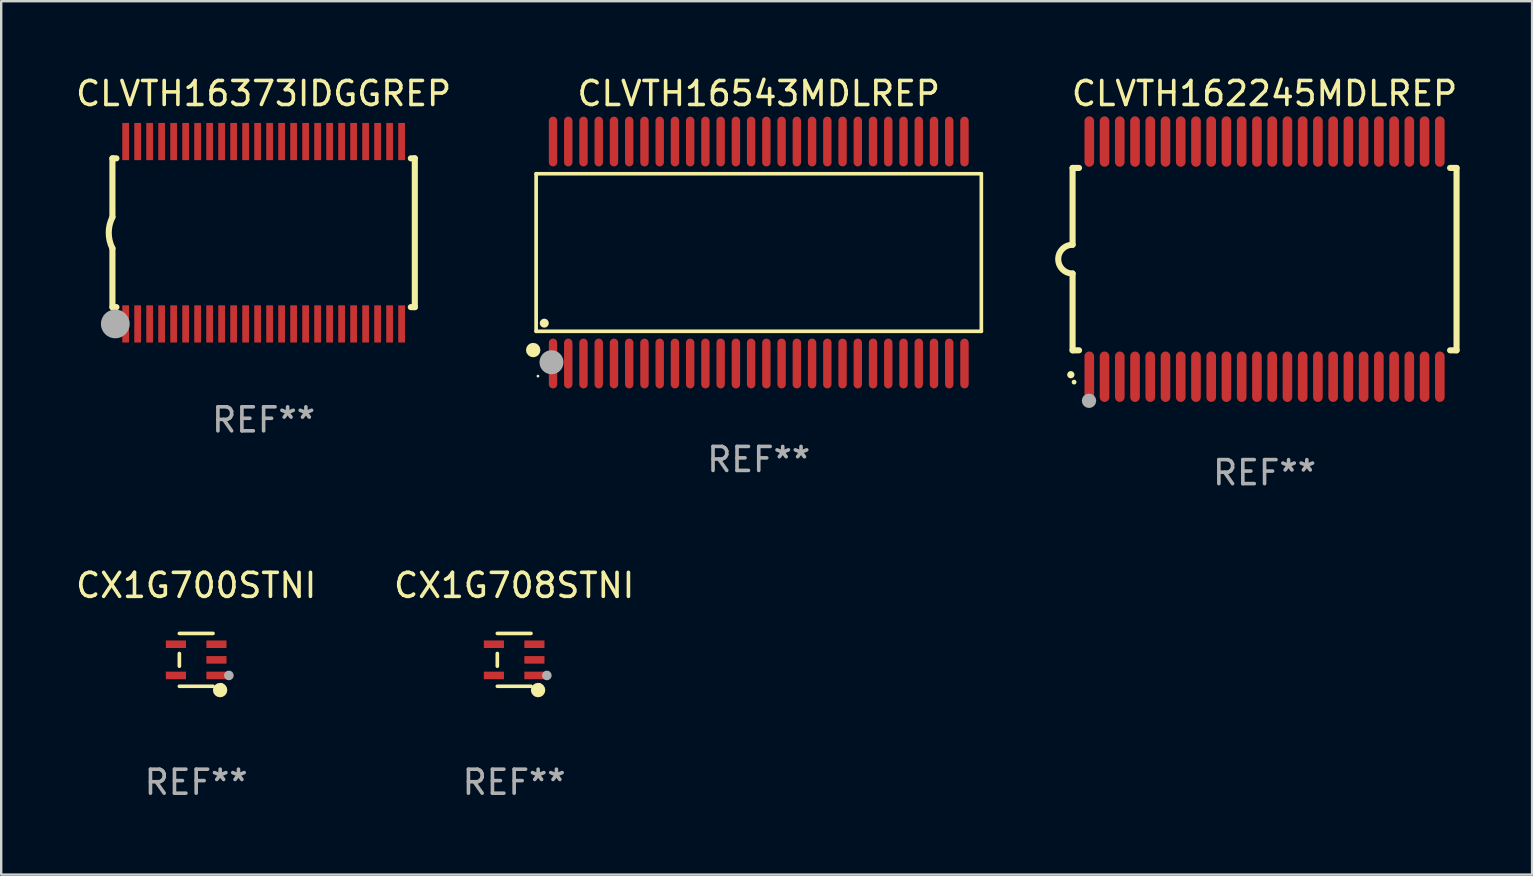
<source format=kicad_pcb>
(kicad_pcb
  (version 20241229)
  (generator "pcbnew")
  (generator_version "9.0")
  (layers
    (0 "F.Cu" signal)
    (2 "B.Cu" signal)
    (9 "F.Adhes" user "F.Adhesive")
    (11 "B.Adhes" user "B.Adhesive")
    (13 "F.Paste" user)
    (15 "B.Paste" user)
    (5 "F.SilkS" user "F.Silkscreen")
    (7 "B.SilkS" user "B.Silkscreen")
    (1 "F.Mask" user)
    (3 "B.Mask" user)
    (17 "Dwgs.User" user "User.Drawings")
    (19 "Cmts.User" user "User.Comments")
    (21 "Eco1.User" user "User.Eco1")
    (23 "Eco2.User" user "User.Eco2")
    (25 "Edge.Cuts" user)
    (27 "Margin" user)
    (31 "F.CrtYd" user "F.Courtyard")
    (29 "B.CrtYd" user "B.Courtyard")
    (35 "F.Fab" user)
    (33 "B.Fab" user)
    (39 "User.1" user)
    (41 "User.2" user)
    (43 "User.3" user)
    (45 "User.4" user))
  (footprint "CLVTH16543MDLREP"
    (layer "F.Cu")
    (at 28.567 7.473)
    (property "Reference" "CLVTH16543MDLREP" (at 0 -6.625 0) (layer "F.SilkS") (effects (font (size 1 1) (thickness 0.15))))
    (attr through_hole)
    (fp_line (start -9.276 -3.283) (end 9.276 -3.283) (stroke (width 0.152) (type solid)) (layer "F.SilkS"))
    (fp_line (start -9.276 3.283) (end -9.276 -3.283) (stroke (width 0.152) (type solid)) (layer "F.SilkS"))
    (fp_line (start 9.276 -3.283) (end 9.276 3.283) (stroke (width 0.152) (type solid)) (layer "F.SilkS"))
    (fp_line (start 9.276 3.283) (end -9.276 3.283) (stroke (width 0.152) (type solid)) (layer "F.SilkS"))
    (fp_circle (center -9.398 4.064) (end -9.248 4.064) (stroke (width 0.3) (type solid)) (fill no) (layer "F.SilkS"))
    (fp_circle (center -9.2 5.15) (end -9.17 5.15) (stroke (width 0.06) (type solid)) (fill no) (layer "F.SilkS"))
    (fp_circle (center -8.936 2.943) (end -8.842 2.943) (stroke (width 0.188) (type solid)) (fill no) (layer "F.SilkS"))
    (fp_circle (center -8.636 4.572) (end -8.386 4.572) (stroke (width 0.5) (type solid)) (fill no) (layer "F.Fab"))
    (fp_text user "REF**" (at 0 8.625 0) (layer "F.Fab") (effects (font (size 1 1) (thickness 0.15))))
    (pad "1" smd oval (at -8.572 4.625 90) (size 2.075 0.35) (layers "F.Cu" "F.Mask" "F.Paste"))
    (pad "2" smd oval (at -7.937 4.625 90) (size 2.075 0.35) (layers "F.Cu" "F.Mask" "F.Paste"))
    (pad "3" smd oval (at -7.302 4.625 90) (size 2.075 0.35) (layers "F.Cu" "F.Mask" "F.Paste"))
    (pad "4" smd oval (at -6.667 4.625 90) (size 2.075 0.35) (layers "F.Cu" "F.Mask" "F.Paste"))
    (pad "5" smd oval (at -6.032 4.625 90) (size 2.075 0.35) (layers "F.Cu" "F.Mask" "F.Paste"))
    (pad "6" smd oval (at -5.397 4.625 90) (size 2.075 0.35) (layers "F.Cu" "F.Mask" "F.Paste"))
    (pad "7" smd oval (at -4.762 4.625 90) (size 2.075 0.35) (layers "F.Cu" "F.Mask" "F.Paste"))
    (pad "8" smd oval (at -4.127 4.625 90) (size 2.075 0.35) (layers "F.Cu" "F.Mask" "F.Paste"))
    (pad "9" smd oval (at -3.492 4.625 90) (size 2.075 0.35) (layers "F.Cu" "F.Mask" "F.Paste"))
    (pad "10" smd oval (at -2.857 4.625 90) (size 2.075 0.35) (layers "F.Cu" "F.Mask" "F.Paste"))
    (pad "11" smd oval (at -2.222 4.625 90) (size 2.075 0.35) (layers "F.Cu" "F.Mask" "F.Paste"))
    (pad "12" smd oval (at -1.587 4.625 90) (size 2.075 0.35) (layers "F.Cu" "F.Mask" "F.Paste"))
    (pad "13" smd oval (at -0.952 4.625 90) (size 2.075 0.35) (layers "F.Cu" "F.Mask" "F.Paste"))
    (pad "14" smd oval (at -0.317 4.625 90) (size 2.075 0.35) (layers "F.Cu" "F.Mask" "F.Paste"))
    (pad "15" smd oval (at 0.318 4.625 90) (size 2.075 0.35) (layers "F.Cu" "F.Mask" "F.Paste"))
    (pad "16" smd oval (at 0.953 4.625 90) (size 2.075 0.35) (layers "F.Cu" "F.Mask" "F.Paste"))
    (pad "17" smd oval (at 1.588 4.625 90) (size 2.075 0.35) (layers "F.Cu" "F.Mask" "F.Paste"))
    (pad "18" smd oval (at 2.223 4.625 90) (size 2.075 0.35) (layers "F.Cu" "F.Mask" "F.Paste"))
    (pad "19" smd oval (at 2.858 4.625 90) (size 2.075 0.35) (layers "F.Cu" "F.Mask" "F.Paste"))
    (pad "20" smd oval (at 3.493 4.625 90) (size 2.075 0.35) (layers "F.Cu" "F.Mask" "F.Paste"))
    (pad "21" smd oval (at 4.128 4.625 90) (size 2.075 0.35) (layers "F.Cu" "F.Mask" "F.Paste"))
    (pad "22" smd oval (at 4.763 4.625 90) (size 2.075 0.35) (layers "F.Cu" "F.Mask" "F.Paste"))
    (pad "23" smd oval (at 5.398 4.625 90) (size 2.075 0.35) (layers "F.Cu" "F.Mask" "F.Paste"))
    (pad "24" smd oval (at 6.033 4.625 90) (size 2.075 0.35) (layers "F.Cu" "F.Mask" "F.Paste"))
    (pad "25" smd oval (at 6.668 4.625 90) (size 2.075 0.35) (layers "F.Cu" "F.Mask" "F.Paste"))
    (pad "26" smd oval (at 7.303 4.625 90) (size 2.075 0.35) (layers "F.Cu" "F.Mask" "F.Paste"))
    (pad "27" smd oval (at 7.938 4.625 90) (size 2.075 0.35) (layers "F.Cu" "F.Mask" "F.Paste"))
    (pad "28" smd oval (at 8.573 4.625 90) (size 2.075 0.35) (layers "F.Cu" "F.Mask" "F.Paste"))
    (pad "29" smd oval (at 8.573 -4.625 90) (size 2.075 0.35) (layers "F.Cu" "F.Mask" "F.Paste"))
    (pad "30" smd oval (at 7.938 -4.625 90) (size 2.075 0.35) (layers "F.Cu" "F.Mask" "F.Paste"))
    (pad "31" smd oval (at 7.303 -4.625 90) (size 2.075 0.35) (layers "F.Cu" "F.Mask" "F.Paste"))
    (pad "32" smd oval (at 6.668 -4.625 90) (size 2.075 0.35) (layers "F.Cu" "F.Mask" "F.Paste"))
    (pad "33" smd oval (at 6.033 -4.625 90) (size 2.075 0.35) (layers "F.Cu" "F.Mask" "F.Paste"))
    (pad "34" smd oval (at 5.398 -4.625 90) (size 2.075 0.35) (layers "F.Cu" "F.Mask" "F.Paste"))
    (pad "35" smd oval (at 4.763 -4.625 90) (size 2.075 0.35) (layers "F.Cu" "F.Mask" "F.Paste"))
    (pad "36" smd oval (at 4.128 -4.625 90) (size 2.075 0.35) (layers "F.Cu" "F.Mask" "F.Paste"))
    (pad "37" smd oval (at 3.493 -4.625 90) (size 2.075 0.35) (layers "F.Cu" "F.Mask" "F.Paste"))
    (pad "38" smd oval (at 2.858 -4.625 90) (size 2.075 0.35) (layers "F.Cu" "F.Mask" "F.Paste"))
    (pad "39" smd oval (at 2.223 -4.625 90) (size 2.075 0.35) (layers "F.Cu" "F.Mask" "F.Paste"))
    (pad "40" smd oval (at 1.588 -4.625 90) (size 2.075 0.35) (layers "F.Cu" "F.Mask" "F.Paste"))
    (pad "41" smd oval (at 0.953 -4.625 90) (size 2.075 0.35) (layers "F.Cu" "F.Mask" "F.Paste"))
    (pad "42" smd oval (at 0.318 -4.625 90) (size 2.075 0.35) (layers "F.Cu" "F.Mask" "F.Paste"))
    (pad "43" smd oval (at -0.317 -4.625 90) (size 2.075 0.35) (layers "F.Cu" "F.Mask" "F.Paste"))
    (pad "44" smd oval (at -0.952 -4.625 90) (size 2.075 0.35) (layers "F.Cu" "F.Mask" "F.Paste"))
    (pad "45" smd oval (at -1.587 -4.625 90) (size 2.075 0.35) (layers "F.Cu" "F.Mask" "F.Paste"))
    (pad "46" smd oval (at -2.222 -4.625 90) (size 2.075 0.35) (layers "F.Cu" "F.Mask" "F.Paste"))
    (pad "47" smd oval (at -2.857 -4.625 90) (size 2.075 0.35) (layers "F.Cu" "F.Mask" "F.Paste"))
    (pad "48" smd oval (at -3.492 -4.625 90) (size 2.075 0.35) (layers "F.Cu" "F.Mask" "F.Paste"))
    (pad "49" smd oval (at -4.127 -4.625 90) (size 2.075 0.35) (layers "F.Cu" "F.Mask" "F.Paste"))
    (pad "50" smd oval (at -4.762 -4.625 90) (size 2.075 0.35) (layers "F.Cu" "F.Mask" "F.Paste"))
    (pad "51" smd oval (at -5.397 -4.625 90) (size 2.075 0.35) (layers "F.Cu" "F.Mask" "F.Paste"))
    (pad "52" smd oval (at -6.032 -4.625 90) (size 2.075 0.35) (layers "F.Cu" "F.Mask" "F.Paste"))
    (pad "53" smd oval (at -6.667 -4.625 90) (size 2.075 0.35) (layers "F.Cu" "F.Mask" "F.Paste"))
    (pad "54" smd oval (at -7.302 -4.625 90) (size 2.075 0.35) (layers "F.Cu" "F.Mask" "F.Paste"))
    (pad "55" smd oval (at -7.937 -4.625 90) (size 2.075 0.35) (layers "F.Cu" "F.Mask" "F.Paste"))
    (pad "56" smd oval (at -8.572 -4.625 90) (size 2.075 0.35) (layers "F.Cu" "F.Mask" "F.Paste")))
  (footprint "CX1G700STNI"
    (layer "F.Cu")
    (at 5.125 24.446)
    (property "Reference" "CX1G700STNI" (at 0 -3.101 0) (layer "F.SilkS") (effects (font (size 1 1) (thickness 0.15))))
    (attr through_hole)
    (fp_line (start -0.701 -0.264) (end -0.701 0.264) (stroke (width 0.152) (type solid)) (layer "F.SilkS"))
    (fp_line (start 0.701 -1.101) (end -0.701 -1.101) (stroke (width 0.152) (type solid)) (layer "F.SilkS"))
    (fp_line (start 0.701 1.101) (end -0.701 1.101) (stroke (width 0.152) (type solid)) (layer "F.SilkS"))
    (fp_circle (center 0.997 1.26) (end 1.147 1.26) (stroke (width 0.3) (type solid)) (fill no) (layer "F.SilkS"))
    (fp_circle (center 1.063 1.025) (end 1.093 1.025) (stroke (width 0.06) (type solid)) (fill no) (layer "F.SilkS"))
    (fp_circle (center 1.362 0.65) (end 1.463 0.65) (stroke (width 0.2) (type solid)) (fill no) (layer "F.Fab"))
    (fp_text user "REF**" (at 0 5.101 0) (layer "F.Fab") (effects (font (size 1 1) (thickness 0.15))))
    (pad "1" smd rect (at 0.844 0.65) (size 0.839 0.315) (layers "F.Cu" "F.Mask" "F.Paste"))
    (pad "2" smd rect (at 0.844 0) (size 0.839 0.315) (layers "F.Cu" "F.Mask" "F.Paste"))
    (pad "3" smd rect (at 0.844 -0.65) (size 0.839 0.315) (layers "F.Cu" "F.Mask" "F.Paste"))
    (pad "4" smd rect (at -0.844 -0.65) (size 0.839 0.315) (layers "F.Cu" "F.Mask" "F.Paste"))
    (pad "5" smd rect (at -0.844 0.65) (size 0.839 0.315) (layers "F.Cu" "F.Mask" "F.Paste")))
  (footprint "CX1G708STNI"
    (layer "F.Cu")
    (at 18.375 24.446)
    (property "Reference" "CX1G708STNI" (at 0 -3.101 0) (layer "F.SilkS") (effects (font (size 1 1) (thickness 0.15))))
    (attr through_hole)
    (fp_line (start -0.701 -0.264) (end -0.701 0.264) (stroke (width 0.152) (type solid)) (layer "F.SilkS"))
    (fp_line (start 0.701 -1.101) (end -0.701 -1.101) (stroke (width 0.152) (type solid)) (layer "F.SilkS"))
    (fp_line (start 0.701 1.101) (end -0.701 1.101) (stroke (width 0.152) (type solid)) (layer "F.SilkS"))
    (fp_circle (center 0.997 1.26) (end 1.147 1.26) (stroke (width 0.3) (type solid)) (fill no) (layer "F.SilkS"))
    (fp_circle (center 1.063 1.025) (end 1.093 1.025) (stroke (width 0.06) (type solid)) (fill no) (layer "F.SilkS"))
    (fp_circle (center 1.362 0.65) (end 1.463 0.65) (stroke (width 0.2) (type solid)) (fill no) (layer "F.Fab"))
    (fp_text user "REF**" (at 0 5.101 0) (layer "F.Fab") (effects (font (size 1 1) (thickness 0.15))))
    (pad "1" smd rect (at 0.844 0.65) (size 0.839 0.315) (layers "F.Cu" "F.Mask" "F.Paste"))
    (pad "2" smd rect (at 0.844 0) (size 0.839 0.315) (layers "F.Cu" "F.Mask" "F.Paste"))
    (pad "3" smd rect (at 0.844 -0.65) (size 0.839 0.315) (layers "F.Cu" "F.Mask" "F.Paste"))
    (pad "4" smd rect (at -0.844 -0.65) (size 0.839 0.315) (layers "F.Cu" "F.Mask" "F.Paste"))
    (pad "5" smd rect (at -0.844 0.65) (size 0.839 0.315) (layers "F.Cu" "F.Mask" "F.Paste")))
  (footprint "CLVTH16373IDGGREP"
    (layer "F.Cu")
    (at 7.935 6.648)
    (property "Reference" "CLVTH16373IDGGREP" (at 0 -5.8 0) (layer "F.SilkS") (effects (font (size 1 1) (thickness 0.15))))
    (attr through_hole)
    (fp_line (start -6.3 -3.1) (end -6.3 -0.65) (stroke (width 0.254) (type solid)) (layer "F.SilkS"))
    (fp_line (start -6.3 -3.1) (end -6.134 -3.1) (stroke (width 0.254) (type solid)) (layer "F.SilkS"))
    (fp_line (start -6.3 3.1) (end -6.3 0.65) (stroke (width 0.254) (type solid)) (layer "F.SilkS"))
    (fp_line (start -6.3 3.1) (end -6.134 3.1) (stroke (width 0.254) (type solid)) (layer "F.SilkS"))
    (fp_line (start 6.134 -3.1) (end 6.3 -3.1) (stroke (width 0.254) (type solid)) (layer "F.SilkS"))
    (fp_line (start 6.134 3.1) (end 6.3 3.1) (stroke (width 0.254) (type solid)) (layer "F.SilkS"))
    (fp_line (start 6.3 -3.1) (end 6.3 3.1) (stroke (width 0.254) (type solid)) (layer "F.SilkS"))
    (fp_arc (start -6.301016 0.650114) (mid -6.45413 -0.000082) (end -6.3 -0.650038) (stroke (width 0.254001) (type solid)) (layer "F.SilkS"))
    (fp_circle (center -6.35 3.81) (end -6.223 3.81) (stroke (width 0.254) (type solid)) (fill no) (layer "F.SilkS"))
    (fp_circle (center -6.25 4.05) (end -6.22 4.05) (stroke (width 0.06) (type solid)) (fill no) (layer "F.SilkS"))
    (fp_circle (center -6.18 3.8) (end -5.88 3.8) (stroke (width 0.6) (type solid)) (fill no) (layer "F.Fab"))
    (fp_text user "REF**" (at 0 7.8 0) (layer "F.Fab") (effects (font (size 1 1) (thickness 0.15))))
    (pad "1" smd rect (at -5.75 3.8) (size 0.28 1.55) (layers "F.Cu" "F.Mask" "F.Paste"))
    (pad "2" smd rect (at -5.25 3.8) (size 0.28 1.55) (layers "F.Cu" "F.Mask" "F.Paste"))
    (pad "3" smd rect (at -4.75 3.8) (size 0.28 1.55) (layers "F.Cu" "F.Mask" "F.Paste"))
    (pad "4" smd rect (at -4.25 3.8) (size 0.28 1.55) (layers "F.Cu" "F.Mask" "F.Paste"))
    (pad "5" smd rect (at -3.75 3.8) (size 0.28 1.55) (layers "F.Cu" "F.Mask" "F.Paste"))
    (pad "6" smd rect (at -3.25 3.8) (size 0.28 1.55) (layers "F.Cu" "F.Mask" "F.Paste"))
    (pad "7" smd rect (at -2.75 3.8) (size 0.28 1.55) (layers "F.Cu" "F.Mask" "F.Paste"))
    (pad "8" smd rect (at -2.25 3.8) (size 0.28 1.55) (layers "F.Cu" "F.Mask" "F.Paste"))
    (pad "9" smd rect (at -1.75 3.8) (size 0.28 1.55) (layers "F.Cu" "F.Mask" "F.Paste"))
    (pad "10" smd rect (at -1.25 3.8) (size 0.28 1.55) (layers "F.Cu" "F.Mask" "F.Paste"))
    (pad "11" smd rect (at -0.75 3.8) (size 0.28 1.55) (layers "F.Cu" "F.Mask" "F.Paste"))
    (pad "12" smd rect (at -0.25 3.8) (size 0.28 1.55) (layers "F.Cu" "F.Mask" "F.Paste"))
    (pad "13" smd rect (at 0.25 3.8) (size 0.28 1.55) (layers "F.Cu" "F.Mask" "F.Paste"))
    (pad "14" smd rect (at 0.75 3.8) (size 0.28 1.55) (layers "F.Cu" "F.Mask" "F.Paste"))
    (pad "15" smd rect (at 1.25 3.8) (size 0.28 1.55) (layers "F.Cu" "F.Mask" "F.Paste"))
    (pad "16" smd rect (at 1.75 3.8) (size 0.28 1.55) (layers "F.Cu" "F.Mask" "F.Paste"))
    (pad "17" smd rect (at 2.25 3.8) (size 0.28 1.55) (layers "F.Cu" "F.Mask" "F.Paste"))
    (pad "18" smd rect (at 2.75 3.8) (size 0.28 1.55) (layers "F.Cu" "F.Mask" "F.Paste"))
    (pad "19" smd rect (at 3.25 3.8) (size 0.28 1.55) (layers "F.Cu" "F.Mask" "F.Paste"))
    (pad "20" smd rect (at 3.75 3.8) (size 0.28 1.55) (layers "F.Cu" "F.Mask" "F.Paste"))
    (pad "21" smd rect (at 4.25 3.8) (size 0.28 1.55) (layers "F.Cu" "F.Mask" "F.Paste"))
    (pad "22" smd rect (at 4.75 3.8) (size 0.28 1.55) (layers "F.Cu" "F.Mask" "F.Paste"))
    (pad "23" smd rect (at 5.25 3.8) (size 0.28 1.55) (layers "F.Cu" "F.Mask" "F.Paste"))
    (pad "24" smd rect (at 5.75 3.8) (size 0.28 1.55) (layers "F.Cu" "F.Mask" "F.Paste"))
    (pad "25" smd rect (at 5.75 -3.8) (size 0.28 1.55) (layers "F.Cu" "F.Mask" "F.Paste"))
    (pad "26" smd rect (at 5.25 -3.8) (size 0.28 1.55) (layers "F.Cu" "F.Mask" "F.Paste"))
    (pad "27" smd rect (at 4.75 -3.8) (size 0.28 1.55) (layers "F.Cu" "F.Mask" "F.Paste"))
    (pad "28" smd rect (at 4.25 -3.8) (size 0.28 1.55) (layers "F.Cu" "F.Mask" "F.Paste"))
    (pad "29" smd rect (at 3.75 -3.8) (size 0.28 1.55) (layers "F.Cu" "F.Mask" "F.Paste"))
    (pad "30" smd rect (at 3.25 -3.8) (size 0.28 1.55) (layers "F.Cu" "F.Mask" "F.Paste"))
    (pad "31" smd rect (at 2.75 -3.8) (size 0.28 1.55) (layers "F.Cu" "F.Mask" "F.Paste"))
    (pad "32" smd rect (at 2.25 -3.8) (size 0.28 1.55) (layers "F.Cu" "F.Mask" "F.Paste"))
    (pad "33" smd rect (at 1.75 -3.8) (size 0.28 1.55) (layers "F.Cu" "F.Mask" "F.Paste"))
    (pad "34" smd rect (at 1.25 -3.8) (size 0.28 1.55) (layers "F.Cu" "F.Mask" "F.Paste"))
    (pad "35" smd rect (at 0.75 -3.8) (size 0.28 1.55) (layers "F.Cu" "F.Mask" "F.Paste"))
    (pad "36" smd rect (at 0.25 -3.8) (size 0.28 1.55) (layers "F.Cu" "F.Mask" "F.Paste"))
    (pad "37" smd rect (at -0.25 -3.8) (size 0.28 1.55) (layers "F.Cu" "F.Mask" "F.Paste"))
    (pad "38" smd rect (at -0.75 -3.8) (size 0.28 1.55) (layers "F.Cu" "F.Mask" "F.Paste"))
    (pad "39" smd rect (at -1.25 -3.8) (size 0.28 1.55) (layers "F.Cu" "F.Mask" "F.Paste"))
    (pad "40" smd rect (at -1.75 -3.8) (size 0.28 1.55) (layers "F.Cu" "F.Mask" "F.Paste"))
    (pad "41" smd rect (at -2.25 -3.8) (size 0.28 1.55) (layers "F.Cu" "F.Mask" "F.Paste"))
    (pad "42" smd rect (at -2.75 -3.8) (size 0.28 1.55) (layers "F.Cu" "F.Mask" "F.Paste"))
    (pad "43" smd rect (at -3.25 -3.8) (size 0.28 1.55) (layers "F.Cu" "F.Mask" "F.Paste"))
    (pad "44" smd rect (at -3.75 -3.8) (size 0.28 1.55) (layers "F.Cu" "F.Mask" "F.Paste"))
    (pad "45" smd rect (at -4.25 -3.8) (size 0.28 1.55) (layers "F.Cu" "F.Mask" "F.Paste"))
    (pad "46" smd rect (at -4.75 -3.8) (size 0.28 1.55) (layers "F.Cu" "F.Mask" "F.Paste"))
    (pad "47" smd rect (at -5.25 -3.8) (size 0.28 1.55) (layers "F.Cu" "F.Mask" "F.Paste"))
    (pad "48" smd rect (at -5.75 -3.8) (size 0.28 1.55) (layers "F.Cu" "F.Mask" "F.Paste")))
  (footprint "CLVTH162245MDLREP"
    (layer "F.Cu")
    (at 49.645 7.748)
    (property "Reference" "CLVTH162245MDLREP" (at 0 -6.9 0) (layer "F.SilkS") (effects (font (size 1 1) (thickness 0.15))))
    (attr through_hole)
    (fp_line (start -8 -3.8) (end -8 -0.599) (stroke (width 0.254) (type solid)) (layer "F.SilkS"))
    (fp_line (start -8 -3.8) (end -7.731 -3.8) (stroke (width 0.254) (type solid)) (layer "F.SilkS"))
    (fp_line (start -8 3.8) (end -8 0.599) (stroke (width 0.254) (type solid)) (layer "F.SilkS"))
    (fp_line (start -7.731 3.8) (end -8 3.8) (stroke (width 0.254) (type solid)) (layer "F.SilkS"))
    (fp_line (start 7.731 -3.8) (end 8 -3.8) (stroke (width 0.254) (type solid)) (layer "F.SilkS"))
    (fp_line (start 8 -3.8) (end 8 3.8) (stroke (width 0.254) (type solid)) (layer "F.SilkS"))
    (fp_line (start 8 3.8) (end 7.731 3.8) (stroke (width 0.254) (type solid)) (layer "F.SilkS"))
    (fp_arc (start -8.074676 4.81585) (mid -8.073406 4.815845) (end -8.072136 4.81585) (stroke (width 0.3) (type solid)) (layer "F.SilkS"))
    (fp_arc (start -8.000025 0.6) (mid -8.598908 0.00056) (end -8.000027 -0.598882) (stroke (width 0.254001) (type solid)) (layer "F.SilkS"))
    (fp_circle (center -7.937 5.125) (end -7.887 5.125) (stroke (width 0.1) (type solid)) (fill no) (layer "F.SilkS"))
    (fp_circle (center -7.315 5.903) (end -7.165 5.903) (stroke (width 0.3) (type solid)) (fill no) (layer "F.Fab"))
    (fp_text user "REF**" (at 0 8.9 0) (layer "F.Fab") (effects (font (size 1 1) (thickness 0.15))))
    (pad "1" smd oval (at -7.303 4.9) (size 0.4 2.1) (layers "F.Cu" "F.Mask" "F.Paste"))
    (pad "2" smd oval (at -6.668 4.9) (size 0.4 2.1) (layers "F.Cu" "F.Mask" "F.Paste"))
    (pad "3" smd oval (at -6.033 4.9) (size 0.4 2.1) (layers "F.Cu" "F.Mask" "F.Paste"))
    (pad "4" smd oval (at -5.398 4.9) (size 0.4 2.1) (layers "F.Cu" "F.Mask" "F.Paste"))
    (pad "5" smd oval (at -4.763 4.9) (size 0.4 2.1) (layers "F.Cu" "F.Mask" "F.Paste"))
    (pad "6" smd oval (at -4.128 4.9) (size 0.4 2.1) (layers "F.Cu" "F.Mask" "F.Paste"))
    (pad "7" smd oval (at -3.493 4.9) (size 0.4 2.1) (layers "F.Cu" "F.Mask" "F.Paste"))
    (pad "8" smd oval (at -2.858 4.9) (size 0.4 2.1) (layers "F.Cu" "F.Mask" "F.Paste"))
    (pad "9" smd oval (at -2.223 4.9) (size 0.4 2.1) (layers "F.Cu" "F.Mask" "F.Paste"))
    (pad "10" smd oval (at -1.588 4.9) (size 0.4 2.1) (layers "F.Cu" "F.Mask" "F.Paste"))
    (pad "11" smd oval (at -0.953 4.9) (size 0.4 2.1) (layers "F.Cu" "F.Mask" "F.Paste"))
    (pad "12" smd oval (at -0.318 4.9) (size 0.4 2.1) (layers "F.Cu" "F.Mask" "F.Paste"))
    (pad "13" smd oval (at 0.318 4.9) (size 0.4 2.1) (layers "F.Cu" "F.Mask" "F.Paste"))
    (pad "14" smd oval (at 0.953 4.9) (size 0.4 2.1) (layers "F.Cu" "F.Mask" "F.Paste"))
    (pad "15" smd oval (at 1.588 4.9) (size 0.4 2.1) (layers "F.Cu" "F.Mask" "F.Paste"))
    (pad "16" smd oval (at 2.223 4.9) (size 0.4 2.1) (layers "F.Cu" "F.Mask" "F.Paste"))
    (pad "17" smd oval (at 2.858 4.9) (size 0.4 2.1) (layers "F.Cu" "F.Mask" "F.Paste"))
    (pad "18" smd oval (at 3.493 4.9) (size 0.4 2.1) (layers "F.Cu" "F.Mask" "F.Paste"))
    (pad "19" smd oval (at 4.128 4.9) (size 0.4 2.1) (layers "F.Cu" "F.Mask" "F.Paste"))
    (pad "20" smd oval (at 4.763 4.9) (size 0.4 2.1) (layers "F.Cu" "F.Mask" "F.Paste"))
    (pad "21" smd oval (at 5.398 4.9) (size 0.4 2.1) (layers "F.Cu" "F.Mask" "F.Paste"))
    (pad "22" smd oval (at 6.033 4.9) (size 0.4 2.1) (layers "F.Cu" "F.Mask" "F.Paste"))
    (pad "23" smd oval (at 6.668 4.9) (size 0.4 2.1) (layers "F.Cu" "F.Mask" "F.Paste"))
    (pad "24" smd oval (at 7.303 4.9) (size 0.4 2.1) (layers "F.Cu" "F.Mask" "F.Paste"))
    (pad "25" smd oval (at 7.303 -4.9 180) (size 0.4 2.1) (layers "F.Cu" "F.Mask" "F.Paste"))
    (pad "26" smd oval (at 6.668 -4.9 180) (size 0.4 2.1) (layers "F.Cu" "F.Mask" "F.Paste"))
    (pad "27" smd oval (at 6.033 -4.9 180) (size 0.4 2.1) (layers "F.Cu" "F.Mask" "F.Paste"))
    (pad "28" smd oval (at 5.398 -4.9 180) (size 0.4 2.1) (layers "F.Cu" "F.Mask" "F.Paste"))
    (pad "29" smd oval (at 4.763 -4.9 180) (size 0.4 2.1) (layers "F.Cu" "F.Mask" "F.Paste"))
    (pad "30" smd oval (at 4.128 -4.9 180) (size 0.4 2.1) (layers "F.Cu" "F.Mask" "F.Paste"))
    (pad "31" smd oval (at 3.493 -4.9 180) (size 0.4 2.1) (layers "F.Cu" "F.Mask" "F.Paste"))
    (pad "32" smd oval (at 2.858 -4.9 180) (size 0.4 2.1) (layers "F.Cu" "F.Mask" "F.Paste"))
    (pad "33" smd oval (at 2.223 -4.9 180) (size 0.4 2.1) (layers "F.Cu" "F.Mask" "F.Paste"))
    (pad "34" smd oval (at 1.588 -4.9 180) (size 0.4 2.1) (layers "F.Cu" "F.Mask" "F.Paste"))
    (pad "35" smd oval (at 0.953 -4.9 180) (size 0.4 2.1) (layers "F.Cu" "F.Mask" "F.Paste"))
    (pad "36" smd oval (at 0.318 -4.9 180) (size 0.4 2.1) (layers "F.Cu" "F.Mask" "F.Paste"))
    (pad "37" smd oval (at -0.318 -4.9 180) (size 0.4 2.1) (layers "F.Cu" "F.Mask" "F.Paste"))
    (pad "38" smd oval (at -0.953 -4.9 180) (size 0.4 2.1) (layers "F.Cu" "F.Mask" "F.Paste"))
    (pad "39" smd oval (at -1.588 -4.9 180) (size 0.4 2.1) (layers "F.Cu" "F.Mask" "F.Paste"))
    (pad "40" smd oval (at -2.223 -4.9 180) (size 0.4 2.1) (layers "F.Cu" "F.Mask" "F.Paste"))
    (pad "41" smd oval (at -2.858 -4.9 180) (size 0.4 2.1) (layers "F.Cu" "F.Mask" "F.Paste"))
    (pad "42" smd oval (at -3.493 -4.9 180) (size 0.4 2.1) (layers "F.Cu" "F.Mask" "F.Paste"))
    (pad "43" smd oval (at -4.128 -4.9 180) (size 0.4 2.1) (layers "F.Cu" "F.Mask" "F.Paste"))
    (pad "44" smd oval (at -4.763 -4.9 180) (size 0.4 2.1) (layers "F.Cu" "F.Mask" "F.Paste"))
    (pad "45" smd oval (at -5.398 -4.9 180) (size 0.4 2.1) (layers "F.Cu" "F.Mask" "F.Paste"))
    (pad "46" smd oval (at -6.033 -4.9 180) (size 0.4 2.1) (layers "F.Cu" "F.Mask" "F.Paste"))
    (pad "47" smd oval (at -6.668 -4.9 180) (size 0.4 2.1) (layers "F.Cu" "F.Mask" "F.Paste"))
    (pad "48" smd oval (at -7.303 -4.9 180) (size 0.4 2.1) (layers "F.Cu" "F.Mask" "F.Paste")))
  (gr_rect
    (start -3 -3)
    (end 60.794 33.395)
    (stroke (width 0.1) (type default))
    (fill no)
    (layer "Edge.Cuts")))
</source>
